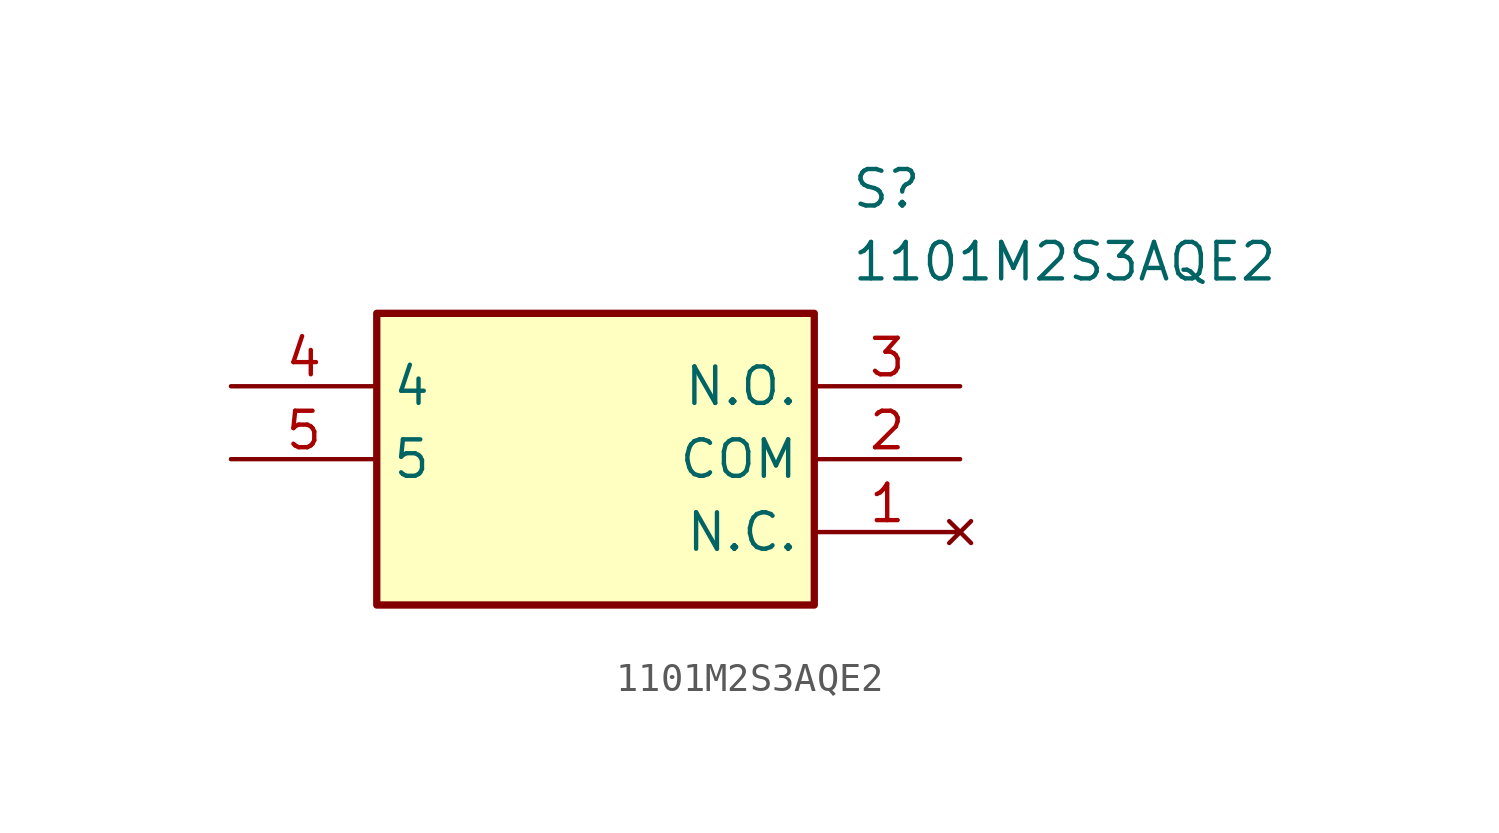
<source format=kicad_sym>
(kicad_symbol_lib
  (version 20211014)
  (generator SamacSys_ECAD_Model)
  (symbol "1101M2S3AQE2"
    (property "Reference" "S"
      (at 21.59 7.62 0)
      (effects (font (size 1.27 1.27)) (justify left top)))
    (property "Value" "1101M2S3AQE2"
      (at 21.59 5.08 0)
      (effects (font (size 1.27 1.27)) (justify left top)))
    (rectangle
      (start 5.08 2.54)
      (end 20.32 -7.62)
      (stroke (width 0.254) (type default))
      (fill (type background)))
    (pin no_connect line
      (at 25.4 -5.08 180)
      (length 5.08)
      (name "N.C." (effects (font (size 1.27 1.27))))
      (number "1" (effects (font (size 1.27 1.27)))))
    (pin passive line
      (at 25.4 -2.54 180)
      (length 5.08)
      (name "COM" (effects (font (size 1.27 1.27))))
      (number "2" (effects (font (size 1.27 1.27)))))
    (pin passive line
      (at 25.4 0 180)
      (length 5.08)
      (name "N.O." (effects (font (size 1.27 1.27))))
      (number "3" (effects (font (size 1.27 1.27)))))
    (pin passive line
      (at 0 0 0)
      (length 5.08)
      (name "4" (effects (font (size 1.27 1.27))))
      (number "4" (effects (font (size 1.27 1.27)))))
    (pin passive line
      (at 0 -2.54 0)
      (length 5.08)
      (name "5" (effects (font (size 1.27 1.27))))
      (number "5" (effects (font (size 1.27 1.27)))))))
</source>
